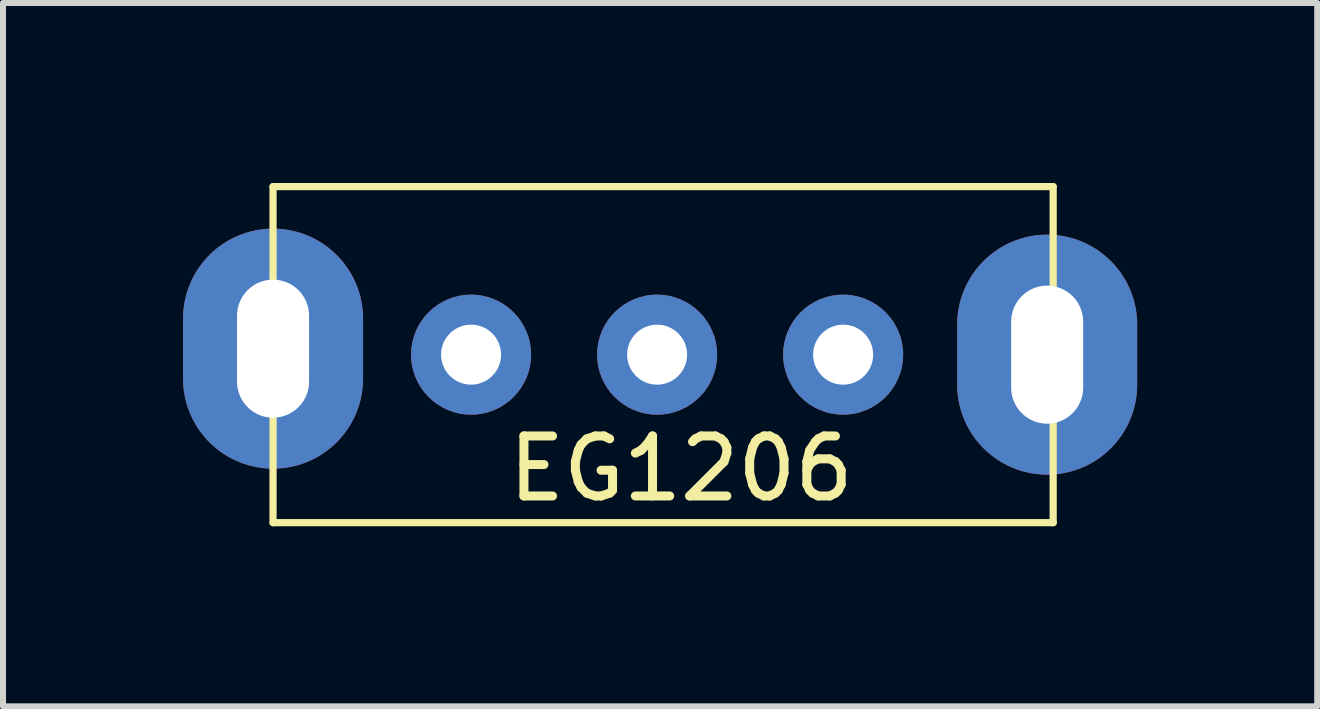
<source format=kicad_pcb>
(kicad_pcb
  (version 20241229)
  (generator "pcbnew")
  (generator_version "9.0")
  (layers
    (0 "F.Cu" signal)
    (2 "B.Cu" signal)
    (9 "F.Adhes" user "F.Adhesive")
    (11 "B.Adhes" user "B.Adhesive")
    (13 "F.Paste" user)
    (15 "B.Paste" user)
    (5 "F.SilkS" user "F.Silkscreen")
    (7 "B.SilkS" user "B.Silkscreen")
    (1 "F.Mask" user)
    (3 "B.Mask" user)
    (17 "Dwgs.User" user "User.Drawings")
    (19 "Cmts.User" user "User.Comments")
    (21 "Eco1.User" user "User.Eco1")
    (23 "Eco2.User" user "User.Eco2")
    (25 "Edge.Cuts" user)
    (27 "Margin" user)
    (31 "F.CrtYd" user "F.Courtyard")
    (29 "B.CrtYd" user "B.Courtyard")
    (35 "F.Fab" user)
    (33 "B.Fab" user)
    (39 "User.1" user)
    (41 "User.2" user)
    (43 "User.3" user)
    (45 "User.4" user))
  (footprint "EG1206"
    (layer "F.Cu")
    (at 8.3 3.06)
    (property "Reference" "EG1206" (at 0 1.7 0) (layer "F.SilkS") (effects (font (size 1 1) (thickness 0.15))))
    (attr through_hole)
    (fp_line (start -6.8 -3) (end 6.2 -3) (stroke (width 0.12) (type solid)) (layer "F.SilkS"))
    (fp_line (start -6.8 2.6) (end -6.8 -3) (stroke (width 0.12) (type solid)) (layer "F.SilkS"))
    (fp_line (start -6.8 2.6) (end 6.2 2.6) (stroke (width 0.12) (type solid)) (layer "F.SilkS"))
    (fp_line (start 6.2 -3) (end 6.2 2.6) (stroke (width 0.12) (type solid)) (layer "F.SilkS"))
    (pad "" thru_hole oval (at -6.8 -0.3) (size 3 4) (drill oval 1.2 2.3) (layers "*.Cu" "*.Mask"))
    (pad "" thru_hole oval (at 6.1 -0.2) (size 3 4) (drill oval 1.2 2.3) (layers "*.Cu" "*.Mask"))
    (pad "1" thru_hole oval (at -3.5 -0.2) (size 2 2) (drill oval 1) (layers "*.Cu" "*.Mask"))
    (pad "2" thru_hole oval (at -0.4 -0.2) (size 2 2) (drill oval 1) (layers "*.Cu" "*.Mask"))
    (pad "3" thru_hole oval (at 2.7 -0.2) (size 2 2) (drill oval 1) (layers "*.Cu" "*.Mask")))
  (gr_rect
    (start -3 -3)
    (end 18.9 8.72)
    (stroke (width 0.1) (type default))
    (fill no)
    (layer "Edge.Cuts")))
</source>
